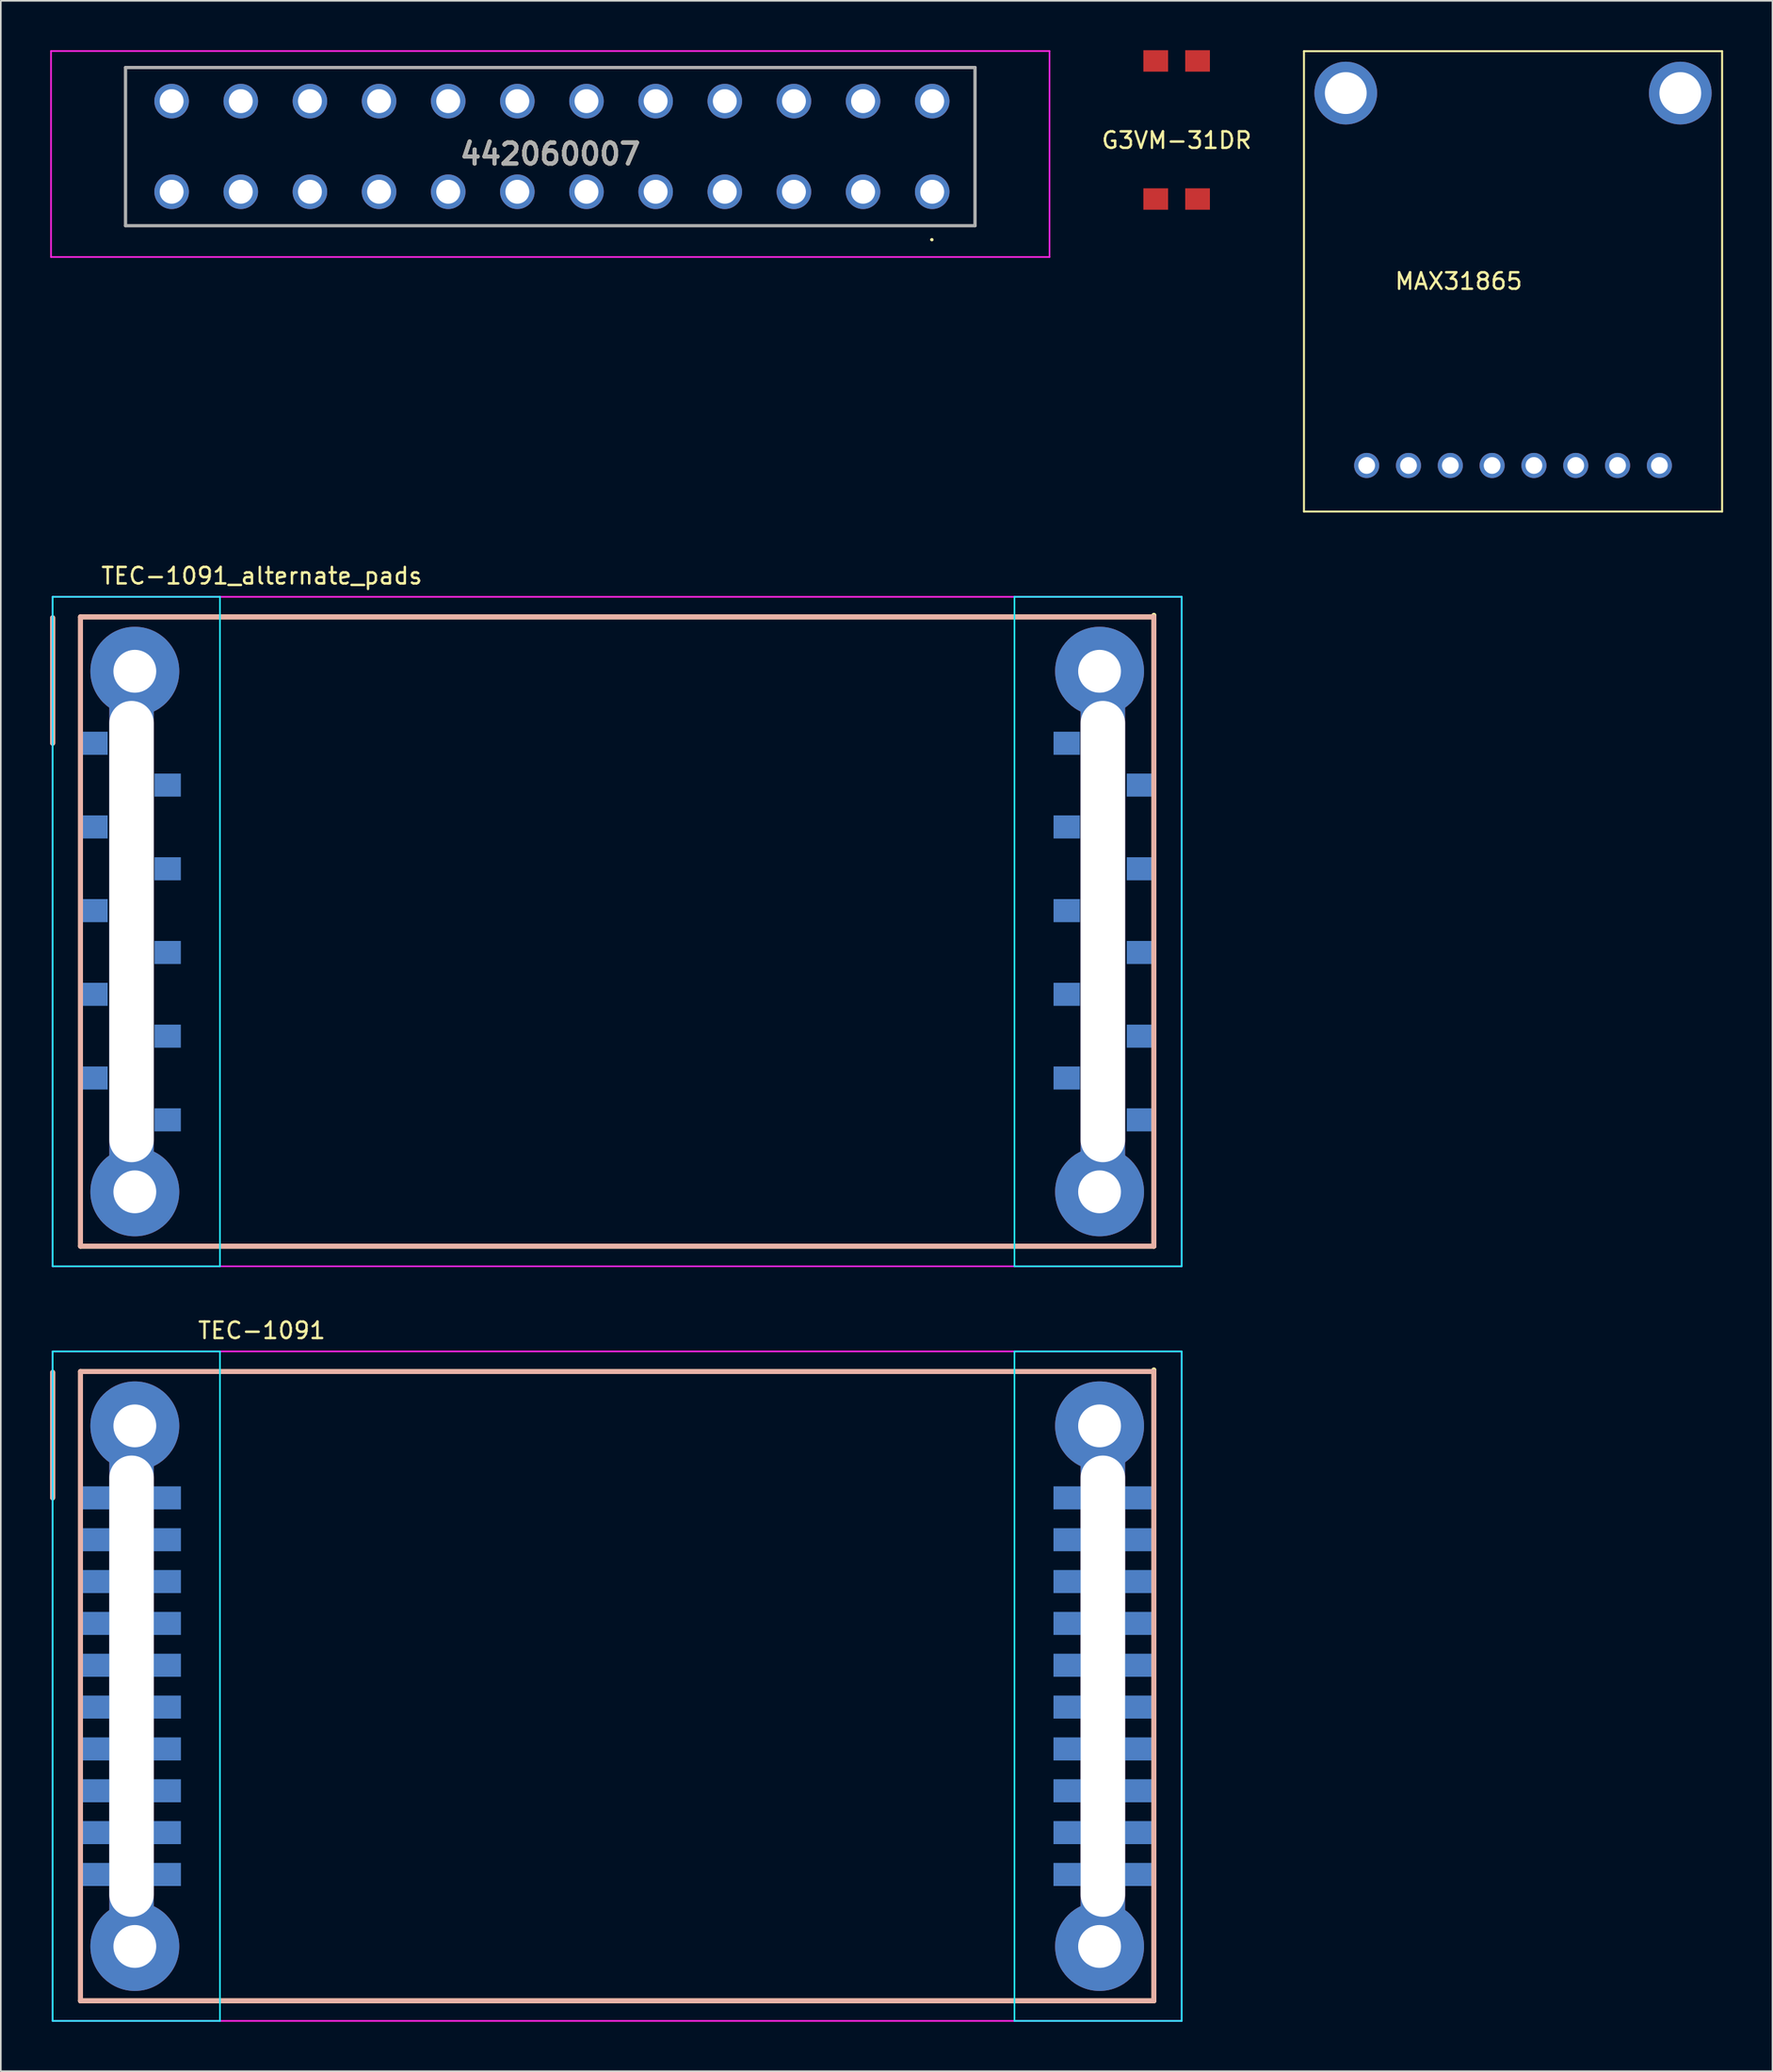
<source format=kicad_pcb>
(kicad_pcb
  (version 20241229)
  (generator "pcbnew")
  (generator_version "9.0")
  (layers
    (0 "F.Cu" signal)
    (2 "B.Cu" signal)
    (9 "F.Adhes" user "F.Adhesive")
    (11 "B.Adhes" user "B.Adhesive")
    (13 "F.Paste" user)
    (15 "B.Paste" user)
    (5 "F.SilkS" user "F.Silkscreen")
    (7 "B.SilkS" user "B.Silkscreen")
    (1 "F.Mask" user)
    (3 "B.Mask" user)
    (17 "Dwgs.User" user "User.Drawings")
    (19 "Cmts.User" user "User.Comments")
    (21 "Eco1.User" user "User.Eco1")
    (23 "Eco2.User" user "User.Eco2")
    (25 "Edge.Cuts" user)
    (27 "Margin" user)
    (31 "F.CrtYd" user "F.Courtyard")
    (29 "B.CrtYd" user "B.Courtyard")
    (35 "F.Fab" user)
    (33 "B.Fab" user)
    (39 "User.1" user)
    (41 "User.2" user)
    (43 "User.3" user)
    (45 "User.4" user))
  (footprint "TEC-1091_alternate_pads"
    (layer "F.Cu")
    (at 34.44 53.498)
    (property "Reference" "TEC-1091_alternate_pads" (at -21.59 -21.59 0) (layer "F.SilkS") (effects (font (size 1 1) (thickness 0.15))))
    (attr through_hole)
    (fp_line (start -34.29 -19.05) (end -34.29 -11.43) (stroke (width 0.3) (type solid)) (layer "F.SilkS"))
    (fp_line (start -32.6 -19.1) (end -32.6 19.1) (stroke (width 0.3) (type solid)) (layer "F.SilkS"))
    (fp_line (start -32.6 -19.1) (end 32.6 -19.1) (stroke (width 0.3) (type solid)) (layer "F.SilkS"))
    (fp_line (start 32.6 -19.2) (end 32.6 19.1) (stroke (width 0.3) (type solid)) (layer "F.SilkS"))
    (fp_line (start 32.6 19.1) (end -32.6 19.1) (stroke (width 0.3) (type solid)) (layer "F.SilkS"))
    (fp_line (start -34.29 -19.05) (end -34.29 -11.43) (stroke (width 0.3) (type solid)) (layer "B.SilkS"))
    (fp_line (start -32.6 -19.1) (end -32.6 19.1) (stroke (width 0.3) (type solid)) (layer "B.SilkS"))
    (fp_line (start -32.6 -19.1) (end 32.6 -19.1) (stroke (width 0.3) (type solid)) (layer "B.SilkS"))
    (fp_line (start 32.6 -19.1) (end 32.6 19.1) (stroke (width 0.3) (type solid)) (layer "B.SilkS"))
    (fp_line (start 32.6 19.1) (end -32.6 19.1) (stroke (width 0.3) (type solid)) (layer "B.SilkS"))
    (fp_line (start -34.29 -20.32) (end -34.29 20.32) (stroke (width 0.1) (type solid)) (layer "B.CrtYd"))
    (fp_line (start -34.29 -20.32) (end -24.13 -20.32) (stroke (width 0.1) (type solid)) (layer "B.CrtYd"))
    (fp_line (start -24.13 -20.32) (end -24.13 20.32) (stroke (width 0.1) (type solid)) (layer "B.CrtYd"))
    (fp_line (start -24.13 20.32) (end -34.29 20.32) (stroke (width 0.1) (type solid)) (layer "B.CrtYd"))
    (fp_line (start 24.13 -20.32) (end 24.13 20.32) (stroke (width 0.1) (type solid)) (layer "B.CrtYd"))
    (fp_line (start 24.13 20.32) (end 34.29 20.32) (stroke (width 0.1) (type solid)) (layer "B.CrtYd"))
    (fp_line (start 34.29 -20.32) (end 24.13 -20.32) (stroke (width 0.1) (type solid)) (layer "B.CrtYd"))
    (fp_line (start 34.29 20.32) (end 34.29 -20.32) (stroke (width 0.1) (type solid)) (layer "B.CrtYd"))
    (fp_line (start -34.29 20.32) (end -34.29 -20.32) (stroke (width 0.1) (type solid)) (layer "F.CrtYd"))
    (fp_line (start -34.29 20.32) (end 34.29 20.32) (stroke (width 0.1) (type solid)) (layer "F.CrtYd"))
    (fp_line (start 34.29 -20.32) (end -34.29 -20.32) (stroke (width 0.1) (type solid)) (layer "F.CrtYd"))
    (fp_line (start 34.29 20.32) (end 34.29 -20.32) (stroke (width 0.1) (type solid)) (layer "F.CrtYd"))
    (pad "" np_thru_hole rect (at -29.5 0) (size 2.7 28) (drill oval 2.7 28) (layers "*.Cu" "*.Mask"))
    (pad "" thru_hole circle (at -29.3 -15.8) (size 5.4 5.4) (drill 2.6) (layers "*.Cu" "*.Mask"))
    (pad "" thru_hole circle (at -29.3 15.8) (size 5.4 5.4) (drill 2.6) (layers "*.Cu" "*.Mask"))
    (pad "" thru_hole circle (at 29.3 -15.8) (size 5.4 5.4) (drill 2.6) (layers "*.Cu" "*.Mask"))
    (pad "" thru_hole circle (at 29.3 15.8) (size 5.4 5.4) (drill 2.6) (layers "*.Cu" "*.Mask"))
    (pad "" np_thru_hole rect (at 29.5 0) (size 2.7 28) (drill oval 2.7 28) (layers "*.Cu" "*.Mask"))
    (pad "1" smd rect (at -31.75 -11.43) (size 1.6 1.4) (layers "B.Cu" "B.Mask" "B.Paste"))
    (pad "2" smd rect (at -27.305 -8.89) (size 1.6 1.4) (layers "B.Cu" "B.Mask" "B.Paste"))
    (pad "3" smd rect (at -31.75 -6.35) (size 1.6 1.4) (layers "B.Cu" "B.Mask" "B.Paste"))
    (pad "4" smd rect (at -27.305 -3.81) (size 1.6 1.4) (layers "B.Cu" "B.Mask" "B.Paste"))
    (pad "5" smd rect (at -31.75 -1.27) (size 1.6 1.4) (layers "B.Cu" "B.Mask" "B.Paste"))
    (pad "6" smd rect (at -27.305 1.27) (size 1.6 1.4) (layers "B.Cu" "B.Mask" "B.Paste"))
    (pad "7" smd rect (at -31.75 3.81) (size 1.6 1.4) (layers "B.Cu" "B.Mask" "B.Paste"))
    (pad "8" smd rect (at -27.305 6.35) (size 1.6 1.4) (layers "B.Cu" "B.Mask" "B.Paste"))
    (pad "9" smd rect (at -31.75 8.89) (size 1.6 1.4) (layers "B.Cu" "B.Mask" "B.Paste"))
    (pad "10" smd rect (at -27.305 11.43) (size 1.6 1.4) (layers "B.Cu" "B.Mask" "B.Paste"))
    (pad "11" smd rect (at 31.75 11.43) (size 1.6 1.4) (layers "B.Cu" "B.Mask" "B.Paste"))
    (pad "12" smd rect (at 27.305 8.89) (size 1.6 1.4) (layers "B.Cu" "B.Mask" "B.Paste"))
    (pad "13" smd rect (at 31.75 6.35) (size 1.6 1.4) (layers "B.Cu" "B.Mask" "B.Paste"))
    (pad "14" smd rect (at 27.305 3.81) (size 1.6 1.4) (layers "B.Cu" "B.Mask" "B.Paste"))
    (pad "15" smd rect (at 31.75 1.27) (size 1.6 1.4) (layers "B.Cu" "B.Mask" "B.Paste"))
    (pad "16" smd rect (at 27.305 -1.27) (size 1.6 1.4) (layers "B.Cu" "B.Mask" "B.Paste"))
    (pad "17" smd rect (at 31.75 -3.81) (size 1.6 1.4) (layers "B.Cu" "B.Mask" "B.Paste"))
    (pad "18" smd rect (at 27.305 -6.35) (size 1.6 1.4) (layers "B.Cu" "B.Mask" "B.Paste"))
    (pad "19" smd rect (at 31.75 -8.89) (size 1.6 1.4) (layers "B.Cu" "B.Mask" "B.Paste"))
    (pad "20" smd rect (at 27.305 -11.43) (size 1.6 1.4) (layers "B.Cu" "B.Mask" "B.Paste")))
  (footprint "G3VM-31DR"
    (layer "F.Cu")
    (at 68.423 4.587)
    (property "Reference" "G3VM-31DR" (at 0 0.881 0) (layer "F.SilkS") (effects (font (size 1 1) (thickness 0.15))))
    (attr through_hole)
    (pad "1" smd rect (at -1.27 4.445) (size 1.5 1.3) (layers "F.Cu" "F.Mask" "F.Paste"))
    (pad "2" smd rect (at 1.27 4.445) (size 1.5 1.3) (layers "F.Cu" "F.Mask" "F.Paste"))
    (pad "3" smd rect (at 1.27 -3.937) (size 1.5 1.3) (layers "F.Cu" "F.Mask" "F.Paste"))
    (pad "4" smd rect (at -1.27 -3.937) (size 1.5 1.3) (layers "F.Cu" "F.Mask" "F.Paste")))
  (footprint "MAX31865"
    (layer "F.Cu")
    (at 88.855 12.506)
    (property "Reference" "MAX31865" (at -3.302 1.516 0) (layer "F.SilkS") (effects (font (size 1 1) (thickness 0.15))))
    (attr through_hole)
    (fp_line (start -12.7 -12.446) (end 12.7 -12.446) (stroke (width 0.12) (type solid)) (layer "F.SilkS"))
    (fp_line (start -12.7 15.494) (end -12.7 -12.446) (stroke (width 0.12) (type solid)) (layer "F.SilkS"))
    (fp_line (start 12.7 -12.446) (end 12.7 15.494) (stroke (width 0.12) (type solid)) (layer "F.SilkS"))
    (fp_line (start 12.7 15.494) (end -12.7 15.494) (stroke (width 0.12) (type solid)) (layer "F.SilkS"))
    (pad "" thru_hole circle (at -10.16 -9.906) (size 3.81 3.81) (drill 2.54) (layers "*.Cu" "*.Mask"))
    (pad "" thru_hole circle (at 10.16 -9.906) (size 3.81 3.81) (drill 2.54) (layers "*.Cu" "*.Mask"))
    (pad "1" thru_hole circle (at -8.89 12.7) (size 1.524 1.524) (drill 1.016) (layers "*.Cu" "*.Mask"))
    (pad "2" thru_hole circle (at -6.35 12.7) (size 1.524 1.524) (drill 1.016) (layers "*.Cu" "*.Mask"))
    (pad "3" thru_hole circle (at -3.81 12.7) (size 1.524 1.524) (drill 1.016) (layers "*.Cu" "*.Mask"))
    (pad "4" thru_hole circle (at -1.27 12.7) (size 1.524 1.524) (drill 1.016) (layers "*.Cu" "*.Mask"))
    (pad "5" thru_hole circle (at 1.27 12.7) (size 1.524 1.524) (drill 1.016) (layers "*.Cu" "*.Mask"))
    (pad "6" thru_hole circle (at 3.81 12.7) (size 1.524 1.524) (drill 1.016) (layers "*.Cu" "*.Mask"))
    (pad "7" thru_hole circle (at 6.35 12.7) (size 1.524 1.524) (drill 1.016) (layers "*.Cu" "*.Mask"))
    (pad "8" thru_hole circle (at 8.89 12.7) (size 1.524 1.524) (drill 1.016) (layers "*.Cu" "*.Mask")))
  (footprint "442060007"
    (layer "F.Cu")
    (at 53.575 8.59)
    (property "Reference" "442060007" (at -23.2 -2.29 0) (layer "F.SilkS") (effects (font (size 1.27 1.27) (thickness 0.254))))
    (attr through_hole)
    (fp_line (start -49 -7.54) (end 2.6 -7.54) (stroke (width 0.1) (type solid)) (layer "F.SilkS"))
    (fp_line (start -49 2.06) (end -49 -7.54) (stroke (width 0.1) (type solid)) (layer "F.SilkS"))
    (fp_line (start -0.072 2.91) (end -0.072 2.91) (stroke (width 0.101) (type solid)) (layer "F.SilkS"))
    (fp_line (start 0.029 2.91) (end 0.029 2.91) (stroke (width 0.101) (type solid)) (layer "F.SilkS"))
    (fp_line (start 2.6 -7.54) (end 2.6 2.06) (stroke (width 0.1) (type solid)) (layer "F.SilkS"))
    (fp_line (start 2.6 2.06) (end -49 2.06) (stroke (width 0.1) (type solid)) (layer "F.SilkS"))
    (fp_arc (start -0.072 2.91) (mid -0.0215 2.8595) (end 0.029 2.91) (stroke (width 0.10119) (type solid)) (layer "F.SilkS"))
    (fp_arc (start 0.029 2.91) (mid -0.0215 2.9605) (end -0.072 2.91) (stroke (width 0.10119) (type solid)) (layer "F.SilkS"))
    (fp_line (start -53.525 -8.54) (end 7.125 -8.54) (stroke (width 0.1) (type solid)) (layer "F.CrtYd"))
    (fp_line (start -53.525 3.961) (end -53.525 -8.54) (stroke (width 0.1) (type solid)) (layer "F.CrtYd"))
    (fp_line (start 7.125 -8.54) (end 7.125 3.961) (stroke (width 0.1) (type solid)) (layer "F.CrtYd"))
    (fp_line (start 7.125 3.961) (end -53.525 3.961) (stroke (width 0.1) (type solid)) (layer "F.CrtYd"))
    (fp_line (start -49 -7.54) (end 2.6 -7.54) (stroke (width 0.2) (type solid)) (layer "F.Fab"))
    (fp_line (start -49 2.06) (end -49 -7.54) (stroke (width 0.2) (type solid)) (layer "F.Fab"))
    (fp_line (start 2.6 -7.54) (end 2.6 2.06) (stroke (width 0.2) (type solid)) (layer "F.Fab"))
    (fp_line (start 2.6 2.06) (end -49 2.06) (stroke (width 0.2) (type solid)) (layer "F.Fab"))
    (fp_text user "${REFERENCE}" (at -23.2 -2.29 0) (layer "F.Fab") (effects (font (size 1.27 1.27) (thickness 0.254))))
    (pad "" np_thru_hole circle (at -51 -5.04) (size 0.001 0.001) (drill 3.05) (layers "*.Cu" "*.Mask"))
    (pad "" np_thru_hole circle (at 4.6 -5.04) (size 0.001 0.001) (drill 3.05) (layers "*.Cu" "*.Mask"))
    (pad "1" thru_hole circle (at 0 0) (size 2.1 2.1) (drill 1.45) (layers "*.Cu" "*.Mask"))
    (pad "2" thru_hole circle (at 0 -5.5) (size 2.1 2.1) (drill 1.45) (layers "*.Cu" "*.Mask"))
    (pad "3" thru_hole circle (at -4.2 0) (size 2.1 2.1) (drill 1.45) (layers "*.Cu" "*.Mask"))
    (pad "4" thru_hole circle (at -4.2 -5.5) (size 2.1 2.1) (drill 1.45) (layers "*.Cu" "*.Mask"))
    (pad "5" thru_hole circle (at -8.4 0) (size 2.1 2.1) (drill 1.45) (layers "*.Cu" "*.Mask"))
    (pad "6" thru_hole circle (at -8.4 -5.5) (size 2.1 2.1) (drill 1.45) (layers "*.Cu" "*.Mask"))
    (pad "7" thru_hole circle (at -12.6 0) (size 2.1 2.1) (drill 1.45) (layers "*.Cu" "*.Mask"))
    (pad "8" thru_hole circle (at -12.6 -5.5) (size 2.1 2.1) (drill 1.45) (layers "*.Cu" "*.Mask"))
    (pad "9" thru_hole circle (at -16.8 0) (size 2.1 2.1) (drill 1.45) (layers "*.Cu" "*.Mask"))
    (pad "10" thru_hole circle (at -16.8 -5.5) (size 2.1 2.1) (drill 1.45) (layers "*.Cu" "*.Mask"))
    (pad "11" thru_hole circle (at -21 0) (size 2.1 2.1) (drill 1.45) (layers "*.Cu" "*.Mask"))
    (pad "12" thru_hole circle (at -21 -5.5) (size 2.1 2.1) (drill 1.45) (layers "*.Cu" "*.Mask"))
    (pad "13" thru_hole circle (at -25.2 0) (size 2.1 2.1) (drill 1.45) (layers "*.Cu" "*.Mask"))
    (pad "14" thru_hole circle (at -25.2 -5.5) (size 2.1 2.1) (drill 1.45) (layers "*.Cu" "*.Mask"))
    (pad "15" thru_hole circle (at -29.4 0) (size 2.1 2.1) (drill 1.45) (layers "*.Cu" "*.Mask"))
    (pad "16" thru_hole circle (at -29.4 -5.5) (size 2.1 2.1) (drill 1.45) (layers "*.Cu" "*.Mask"))
    (pad "17" thru_hole circle (at -33.6 0) (size 2.1 2.1) (drill 1.45) (layers "*.Cu" "*.Mask"))
    (pad "18" thru_hole circle (at -33.6 -5.5) (size 2.1 2.1) (drill 1.45) (layers "*.Cu" "*.Mask"))
    (pad "19" thru_hole circle (at -37.8 0) (size 2.1 2.1) (drill 1.45) (layers "*.Cu" "*.Mask"))
    (pad "20" thru_hole circle (at -37.8 -5.5) (size 2.1 2.1) (drill 1.45) (layers "*.Cu" "*.Mask"))
    (pad "21" thru_hole circle (at -42 0) (size 2.1 2.1) (drill 1.45) (layers "*.Cu" "*.Mask"))
    (pad "22" thru_hole circle (at -42 -5.5) (size 2.1 2.1) (drill 1.45) (layers "*.Cu" "*.Mask"))
    (pad "23" thru_hole circle (at -46.2 0) (size 2.1 2.1) (drill 1.45) (layers "*.Cu" "*.Mask"))
    (pad "24" thru_hole circle (at -46.2 -5.5) (size 2.1 2.1) (drill 1.45) (layers "*.Cu" "*.Mask")))
  (footprint "TEC-1091"
    (layer "F.Cu")
    (at 34.44 99.306)
    (property "Reference" "TEC-1091" (at -21.59 -21.59 0) (layer "F.SilkS") (effects (font (size 1 1) (thickness 0.15))))
    (attr through_hole)
    (fp_line (start -34.29 -19.05) (end -34.29 -11.43) (stroke (width 0.3) (type solid)) (layer "F.SilkS"))
    (fp_line (start -32.6 -19.1) (end -32.6 19.1) (stroke (width 0.3) (type solid)) (layer "F.SilkS"))
    (fp_line (start -32.6 -19.1) (end 32.6 -19.1) (stroke (width 0.3) (type solid)) (layer "F.SilkS"))
    (fp_line (start 32.6 -19.2) (end 32.6 19.1) (stroke (width 0.3) (type solid)) (layer "F.SilkS"))
    (fp_line (start 32.6 19.1) (end -32.6 19.1) (stroke (width 0.3) (type solid)) (layer "F.SilkS"))
    (fp_line (start -34.29 -19.05) (end -34.29 -11.43) (stroke (width 0.3) (type solid)) (layer "B.SilkS"))
    (fp_line (start -32.6 -19.1) (end -32.6 19.1) (stroke (width 0.3) (type solid)) (layer "B.SilkS"))
    (fp_line (start -32.6 -19.1) (end 32.6 -19.1) (stroke (width 0.3) (type solid)) (layer "B.SilkS"))
    (fp_line (start 32.6 -19.1) (end 32.6 19.1) (stroke (width 0.3) (type solid)) (layer "B.SilkS"))
    (fp_line (start 32.6 19.1) (end -32.6 19.1) (stroke (width 0.3) (type solid)) (layer "B.SilkS"))
    (fp_line (start -34.29 -20.32) (end -34.29 20.32) (stroke (width 0.1) (type solid)) (layer "B.CrtYd"))
    (fp_line (start -34.29 -20.32) (end -24.13 -20.32) (stroke (width 0.1) (type solid)) (layer "B.CrtYd"))
    (fp_line (start -24.13 -20.32) (end -24.13 20.32) (stroke (width 0.1) (type solid)) (layer "B.CrtYd"))
    (fp_line (start -24.13 20.32) (end -34.29 20.32) (stroke (width 0.1) (type solid)) (layer "B.CrtYd"))
    (fp_line (start 24.13 -20.32) (end 24.13 20.32) (stroke (width 0.1) (type solid)) (layer "B.CrtYd"))
    (fp_line (start 24.13 20.32) (end 34.29 20.32) (stroke (width 0.1) (type solid)) (layer "B.CrtYd"))
    (fp_line (start 34.29 -20.32) (end 24.13 -20.32) (stroke (width 0.1) (type solid)) (layer "B.CrtYd"))
    (fp_line (start 34.29 20.32) (end 34.29 -20.32) (stroke (width 0.1) (type solid)) (layer "B.CrtYd"))
    (fp_line (start -34.29 20.32) (end -34.29 -20.32) (stroke (width 0.1) (type solid)) (layer "F.CrtYd"))
    (fp_line (start -34.29 20.32) (end 34.29 20.32) (stroke (width 0.1) (type solid)) (layer "F.CrtYd"))
    (fp_line (start 34.29 -20.32) (end -34.29 -20.32) (stroke (width 0.1) (type solid)) (layer "F.CrtYd"))
    (fp_line (start 34.29 20.32) (end 34.29 -20.32) (stroke (width 0.1) (type solid)) (layer "F.CrtYd"))
    (pad "" np_thru_hole rect (at -29.5 0) (size 2.7 28) (drill oval 2.7 28) (layers "*.Cu" "*.Mask"))
    (pad "" thru_hole circle (at -29.3 -15.8) (size 5.4 5.4) (drill 2.6) (layers "*.Cu" "*.Mask"))
    (pad "" thru_hole circle (at -29.3 15.8) (size 5.4 5.4) (drill 2.6) (layers "*.Cu" "*.Mask"))
    (pad "" thru_hole circle (at 29.3 -15.8) (size 5.4 5.4) (drill 2.6) (layers "*.Cu" "*.Mask"))
    (pad "" thru_hole circle (at 29.3 15.8) (size 5.4 5.4) (drill 2.6) (layers "*.Cu" "*.Mask"))
    (pad "" np_thru_hole rect (at 29.5 0) (size 2.7 28) (drill oval 2.7 28) (layers "*.Cu" "*.Mask"))
    (pad "1" smd rect (at -29.5 -11.43) (size 6 1.4) (layers "B.Cu" "B.Mask" "B.Paste"))
    (pad "2" smd rect (at -29.5 -8.89) (size 6 1.4) (layers "B.Cu" "B.Mask" "B.Paste"))
    (pad "3" smd rect (at -29.5 -6.35) (size 6 1.4) (layers "B.Cu" "B.Mask" "B.Paste"))
    (pad "4" smd rect (at -29.5 -3.81) (size 6 1.4) (layers "B.Cu" "B.Mask" "B.Paste"))
    (pad "5" smd rect (at -29.5 -1.27) (size 6 1.4) (layers "B.Cu" "B.Mask" "B.Paste"))
    (pad "6" smd rect (at -29.5 1.27) (size 6 1.4) (layers "B.Cu" "B.Mask" "B.Paste"))
    (pad "7" smd rect (at -29.5 3.81) (size 6 1.4) (layers "B.Cu" "B.Mask" "B.Paste"))
    (pad "8" smd rect (at -29.5 6.35) (size 6 1.4) (layers "B.Cu" "B.Mask" "B.Paste"))
    (pad "9" smd rect (at -29.5 8.89) (size 6 1.4) (layers "B.Cu" "B.Mask" "B.Paste"))
    (pad "10" smd rect (at -29.5 11.43) (size 6 1.4) (layers "B.Cu" "B.Mask" "B.Paste"))
    (pad "11" smd rect (at 29.5 11.43) (size 6 1.4) (layers "B.Cu" "B.Mask" "B.Paste"))
    (pad "12" smd rect (at 29.5 8.89) (size 6 1.4) (layers "B.Cu" "B.Mask" "B.Paste"))
    (pad "13" smd rect (at 29.5 6.35) (size 6 1.4) (layers "B.Cu" "B.Mask" "B.Paste"))
    (pad "14" smd rect (at 29.5 3.81) (size 6 1.4) (layers "B.Cu" "B.Mask" "B.Paste"))
    (pad "15" smd rect (at 29.5 1.27) (size 6 1.4) (layers "B.Cu" "B.Mask" "B.Paste"))
    (pad "16" smd rect (at 29.5 -1.27) (size 6 1.4) (layers "B.Cu" "B.Mask" "B.Paste"))
    (pad "17" smd rect (at 29.5 -3.81) (size 6 1.4) (layers "B.Cu" "B.Mask" "B.Paste"))
    (pad "18" smd rect (at 29.5 -6.35) (size 6 1.4) (layers "B.Cu" "B.Mask" "B.Paste"))
    (pad "19" smd rect (at 29.5 -8.89) (size 6 1.4) (layers "B.Cu" "B.Mask" "B.Paste"))
    (pad "20" smd rect (at 29.5 -11.43) (size 6 1.4) (layers "B.Cu" "B.Mask" "B.Paste")))
  (gr_rect
    (start -3 -3)
    (end 104.615 122.677)
    (stroke (width 0.1) (type default))
    (fill no)
    (layer "Edge.Cuts")))
</source>
